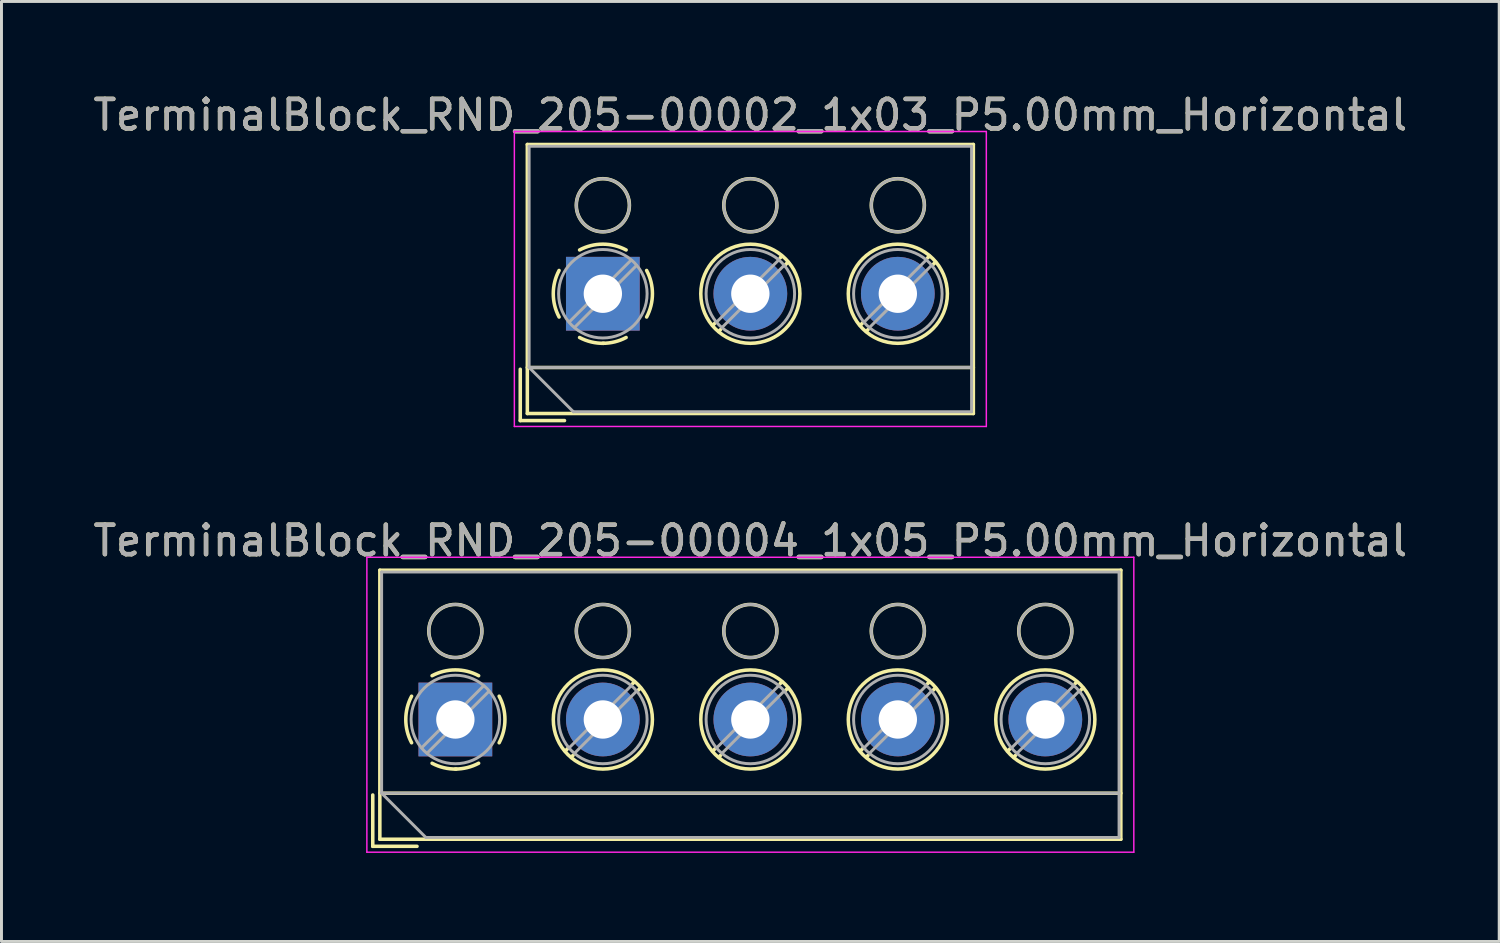
<source format=kicad_pcb>
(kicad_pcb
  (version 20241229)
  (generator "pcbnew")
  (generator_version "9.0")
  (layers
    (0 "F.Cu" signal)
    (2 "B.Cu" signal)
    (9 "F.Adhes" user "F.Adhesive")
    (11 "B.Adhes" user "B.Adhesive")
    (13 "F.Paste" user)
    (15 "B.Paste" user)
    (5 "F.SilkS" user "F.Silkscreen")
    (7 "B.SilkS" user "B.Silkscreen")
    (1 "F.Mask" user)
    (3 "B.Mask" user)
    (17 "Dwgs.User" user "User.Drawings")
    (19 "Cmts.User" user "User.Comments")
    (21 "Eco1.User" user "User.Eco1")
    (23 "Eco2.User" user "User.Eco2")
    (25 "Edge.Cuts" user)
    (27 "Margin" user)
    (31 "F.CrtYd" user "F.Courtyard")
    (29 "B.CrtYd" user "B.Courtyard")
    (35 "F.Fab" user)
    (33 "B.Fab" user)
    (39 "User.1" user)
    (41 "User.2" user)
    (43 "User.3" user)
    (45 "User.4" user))
  (footprint "TerminalBlock_RND_205-00002_1x03_P5.00mm_Horizontal"
    (layer "F.Cu")
    (at 17.387 6.908)
    (property "Reference" "TerminalBlock_RND_205-00002_1x03_P5.00mm_Horizontal" (at 5 -6.06 0) (layer "F.SilkS") (effects (font (size 1 1) (thickness 0.15))))
    (attr through_hole)
    (fp_line (start -2.8 2.56) (end -2.8 4.3) (stroke (width 0.12) (type solid)) (layer "F.SilkS"))
    (fp_line (start -2.8 4.3) (end -1.3 4.3) (stroke (width 0.12) (type solid)) (layer "F.SilkS"))
    (fp_line (start -2.56 -5.06) (end -2.56 4.06) (stroke (width 0.12) (type solid)) (layer "F.SilkS"))
    (fp_line (start -2.56 -5.06) (end 12.56 -5.06) (stroke (width 0.12) (type solid)) (layer "F.SilkS"))
    (fp_line (start -2.56 2.5) (end 12.56 2.5) (stroke (width 0.12) (type solid)) (layer "F.SilkS"))
    (fp_line (start -2.56 4.06) (end 12.56 4.06) (stroke (width 0.12) (type solid)) (layer "F.SilkS"))
    (fp_line (start 3.82 0.976) (end 3.726 1.069) (stroke (width 0.12) (type solid)) (layer "F.SilkS"))
    (fp_line (start 3.99 1.216) (end 3.931 1.274) (stroke (width 0.12) (type solid)) (layer "F.SilkS"))
    (fp_line (start 6.07 -1.275) (end 6.011 -1.216) (stroke (width 0.12) (type solid)) (layer "F.SilkS"))
    (fp_line (start 6.275 -1.069) (end 6.181 -0.976) (stroke (width 0.12) (type solid)) (layer "F.SilkS"))
    (fp_line (start 8.82 0.976) (end 8.726 1.069) (stroke (width 0.12) (type solid)) (layer "F.SilkS"))
    (fp_line (start 8.99 1.216) (end 8.931 1.274) (stroke (width 0.12) (type solid)) (layer "F.SilkS"))
    (fp_line (start 11.07 -1.275) (end 11.011 -1.216) (stroke (width 0.12) (type solid)) (layer "F.SilkS"))
    (fp_line (start 11.275 -1.069) (end 11.181 -0.976) (stroke (width 0.12) (type solid)) (layer "F.SilkS"))
    (fp_line (start 12.56 -5.06) (end 12.56 4.06) (stroke (width 0.12) (type solid)) (layer "F.SilkS"))
    (fp_arc (start -1.483953 0.789089) (mid -1.680708 0.00005) (end -1.484 -0.789) (stroke (width 0.12) (type solid)) (layer "F.SilkS"))
    (fp_arc (start -0.789089 -1.483953) (mid -0.00005 -1.680708) (end 0.789 -1.484) (stroke (width 0.12) (type solid)) (layer "F.SilkS"))
    (fp_arc (start 0.029383 1.68045) (mid -0.392304 1.634281) (end -0.789 1.484) (stroke (width 0.12) (type solid)) (layer "F.SilkS"))
    (fp_arc (start 0.788712 1.483352) (mid 0.406429 1.630097) (end 0 1.68) (stroke (width 0.12) (type solid)) (layer "F.SilkS"))
    (fp_arc (start 1.483953 -0.789089) (mid 1.680708 -0.00005) (end 1.484 0.789) (stroke (width 0.12) (type solid)) (layer "F.SilkS"))
    (fp_circle (center 0 -3) (end 0.9 -3) (stroke (width 0.12) (type solid)) (fill no) (layer "F.SilkS"))
    (fp_circle (center 5 -3) (end 5.9 -3) (stroke (width 0.12) (type solid)) (fill no) (layer "F.SilkS"))
    (fp_circle (center 5 0) (end 6.68 0) (stroke (width 0.12) (type solid)) (fill no) (layer "F.SilkS"))
    (fp_circle (center 10 -3) (end 10.9 -3) (stroke (width 0.12) (type solid)) (fill no) (layer "F.SilkS"))
    (fp_circle (center 10 0) (end 11.68 0) (stroke (width 0.12) (type solid)) (fill no) (layer "F.SilkS"))
    (fp_line (start -3 -5.5) (end -3 4.5) (stroke (width 0.05) (type solid)) (layer "F.CrtYd"))
    (fp_line (start -3 4.5) (end 13 4.5) (stroke (width 0.05) (type solid)) (layer "F.CrtYd"))
    (fp_line (start 13 -5.5) (end -3 -5.5) (stroke (width 0.05) (type solid)) (layer "F.CrtYd"))
    (fp_line (start 13 4.5) (end 13 -5.5) (stroke (width 0.05) (type solid)) (layer "F.CrtYd"))
    (fp_line (start -2.5 -5) (end 12.5 -5) (stroke (width 0.1) (type solid)) (layer "F.Fab"))
    (fp_line (start -2.5 2.5) (end -2.5 -5) (stroke (width 0.1) (type solid)) (layer "F.Fab"))
    (fp_line (start -2.5 2.5) (end 12.5 2.5) (stroke (width 0.1) (type solid)) (layer "F.Fab"))
    (fp_line (start -1 4) (end -2.5 2.5) (stroke (width 0.1) (type solid)) (layer "F.Fab"))
    (fp_line (start 0.955 -1.138) (end -1.138 0.955) (stroke (width 0.1) (type solid)) (layer "F.Fab"))
    (fp_line (start 1.138 -0.955) (end -0.955 1.138) (stroke (width 0.1) (type solid)) (layer "F.Fab"))
    (fp_line (start 5.955 -1.138) (end 3.863 0.955) (stroke (width 0.1) (type solid)) (layer "F.Fab"))
    (fp_line (start 6.138 -0.955) (end 4.046 1.138) (stroke (width 0.1) (type solid)) (layer "F.Fab"))
    (fp_line (start 10.955 -1.138) (end 8.863 0.955) (stroke (width 0.1) (type solid)) (layer "F.Fab"))
    (fp_line (start 11.138 -0.955) (end 9.046 1.138) (stroke (width 0.1) (type solid)) (layer "F.Fab"))
    (fp_line (start 12.5 -5) (end 12.5 4) (stroke (width 0.1) (type solid)) (layer "F.Fab"))
    (fp_line (start 12.5 4) (end -1 4) (stroke (width 0.1) (type solid)) (layer "F.Fab"))
    (fp_circle (center 0 -3) (end 0.9 -3) (stroke (width 0.1) (type solid)) (fill no) (layer "F.Fab"))
    (fp_circle (center 0 0) (end 1.5 0) (stroke (width 0.1) (type solid)) (fill no) (layer "F.Fab"))
    (fp_circle (center 5 -3) (end 5.9 -3) (stroke (width 0.1) (type solid)) (fill no) (layer "F.Fab"))
    (fp_circle (center 5 0) (end 6.5 0) (stroke (width 0.1) (type solid)) (fill no) (layer "F.Fab"))
    (fp_circle (center 10 -3) (end 10.9 -3) (stroke (width 0.1) (type solid)) (fill no) (layer "F.Fab"))
    (fp_circle (center 10 0) (end 11.5 0) (stroke (width 0.1) (type solid)) (fill no) (layer "F.Fab"))
    (fp_text user "${REFERENCE}" (at 5 -6.06 0) (layer "F.Fab") (effects (font (size 1 1) (thickness 0.15))))
    (pad "1" thru_hole rect (at 0 0) (size 2.5 2.5) (drill 1.3) (layers "*.Cu" "*.Mask"))
    (pad "2" thru_hole circle (at 5 0) (size 2.5 2.5) (drill 1.3) (layers "*.Cu" "*.Mask"))
    (pad "3" thru_hole circle (at 10 0) (size 2.5 2.5) (drill 1.3) (layers "*.Cu" "*.Mask")))
  (footprint "TerminalBlock_RND_205-00004_1x05_P5.00mm_Horizontal"
    (layer "F.Cu")
    (at 12.387 21.341)
    (property "Reference" "TerminalBlock_RND_205-00004_1x05_P5.00mm_Horizontal" (at 10 -6.06 0) (layer "F.SilkS") (effects (font (size 1 1) (thickness 0.15))))
    (attr through_hole)
    (fp_line (start -2.8 2.56) (end -2.8 4.3) (stroke (width 0.12) (type solid)) (layer "F.SilkS"))
    (fp_line (start -2.8 4.3) (end -1.3 4.3) (stroke (width 0.12) (type solid)) (layer "F.SilkS"))
    (fp_line (start -2.56 -5.06) (end -2.56 4.06) (stroke (width 0.12) (type solid)) (layer "F.SilkS"))
    (fp_line (start -2.56 -5.06) (end 22.56 -5.06) (stroke (width 0.12) (type solid)) (layer "F.SilkS"))
    (fp_line (start -2.56 2.5) (end 22.56 2.5) (stroke (width 0.12) (type solid)) (layer "F.SilkS"))
    (fp_line (start -2.56 4.06) (end 22.56 4.06) (stroke (width 0.12) (type solid)) (layer "F.SilkS"))
    (fp_line (start 3.82 0.976) (end 3.726 1.069) (stroke (width 0.12) (type solid)) (layer "F.SilkS"))
    (fp_line (start 3.99 1.216) (end 3.931 1.274) (stroke (width 0.12) (type solid)) (layer "F.SilkS"))
    (fp_line (start 6.07 -1.275) (end 6.011 -1.216) (stroke (width 0.12) (type solid)) (layer "F.SilkS"))
    (fp_line (start 6.275 -1.069) (end 6.181 -0.976) (stroke (width 0.12) (type solid)) (layer "F.SilkS"))
    (fp_line (start 8.82 0.976) (end 8.726 1.069) (stroke (width 0.12) (type solid)) (layer "F.SilkS"))
    (fp_line (start 8.99 1.216) (end 8.931 1.274) (stroke (width 0.12) (type solid)) (layer "F.SilkS"))
    (fp_line (start 11.07 -1.275) (end 11.011 -1.216) (stroke (width 0.12) (type solid)) (layer "F.SilkS"))
    (fp_line (start 11.275 -1.069) (end 11.181 -0.976) (stroke (width 0.12) (type solid)) (layer "F.SilkS"))
    (fp_line (start 13.82 0.976) (end 13.726 1.069) (stroke (width 0.12) (type solid)) (layer "F.SilkS"))
    (fp_line (start 13.99 1.216) (end 13.931 1.274) (stroke (width 0.12) (type solid)) (layer "F.SilkS"))
    (fp_line (start 16.07 -1.275) (end 16.011 -1.216) (stroke (width 0.12) (type solid)) (layer "F.SilkS"))
    (fp_line (start 16.275 -1.069) (end 16.181 -0.976) (stroke (width 0.12) (type solid)) (layer "F.SilkS"))
    (fp_line (start 18.82 0.976) (end 18.726 1.069) (stroke (width 0.12) (type solid)) (layer "F.SilkS"))
    (fp_line (start 18.99 1.216) (end 18.931 1.274) (stroke (width 0.12) (type solid)) (layer "F.SilkS"))
    (fp_line (start 21.07 -1.275) (end 21.011 -1.216) (stroke (width 0.12) (type solid)) (layer "F.SilkS"))
    (fp_line (start 21.275 -1.069) (end 21.181 -0.976) (stroke (width 0.12) (type solid)) (layer "F.SilkS"))
    (fp_line (start 22.56 -5.06) (end 22.56 4.06) (stroke (width 0.12) (type solid)) (layer "F.SilkS"))
    (fp_arc (start -1.483953 0.789089) (mid -1.680708 0.00005) (end -1.484 -0.789) (stroke (width 0.12) (type solid)) (layer "F.SilkS"))
    (fp_arc (start -0.789089 -1.483953) (mid -0.00005 -1.680708) (end 0.789 -1.484) (stroke (width 0.12) (type solid)) (layer "F.SilkS"))
    (fp_arc (start 0.029383 1.68045) (mid -0.392304 1.634281) (end -0.789 1.484) (stroke (width 0.12) (type solid)) (layer "F.SilkS"))
    (fp_arc (start 0.788712 1.483352) (mid 0.406429 1.630097) (end 0 1.68) (stroke (width 0.12) (type solid)) (layer "F.SilkS"))
    (fp_arc (start 1.483953 -0.789089) (mid 1.680708 -0.00005) (end 1.484 0.789) (stroke (width 0.12) (type solid)) (layer "F.SilkS"))
    (fp_circle (center 0 -3) (end 0.9 -3) (stroke (width 0.12) (type solid)) (fill no) (layer "F.SilkS"))
    (fp_circle (center 5 -3) (end 5.9 -3) (stroke (width 0.12) (type solid)) (fill no) (layer "F.SilkS"))
    (fp_circle (center 5 0) (end 6.68 0) (stroke (width 0.12) (type solid)) (fill no) (layer "F.SilkS"))
    (fp_circle (center 10 -3) (end 10.9 -3) (stroke (width 0.12) (type solid)) (fill no) (layer "F.SilkS"))
    (fp_circle (center 10 0) (end 11.68 0) (stroke (width 0.12) (type solid)) (fill no) (layer "F.SilkS"))
    (fp_circle (center 15 -3) (end 15.9 -3) (stroke (width 0.12) (type solid)) (fill no) (layer "F.SilkS"))
    (fp_circle (center 15 0) (end 16.68 0) (stroke (width 0.12) (type solid)) (fill no) (layer "F.SilkS"))
    (fp_circle (center 20 -3) (end 20.9 -3) (stroke (width 0.12) (type solid)) (fill no) (layer "F.SilkS"))
    (fp_circle (center 20 0) (end 21.68 0) (stroke (width 0.12) (type solid)) (fill no) (layer "F.SilkS"))
    (fp_line (start -3 -5.5) (end -3 4.5) (stroke (width 0.05) (type solid)) (layer "F.CrtYd"))
    (fp_line (start -3 4.5) (end 23 4.5) (stroke (width 0.05) (type solid)) (layer "F.CrtYd"))
    (fp_line (start 23 -5.5) (end -3 -5.5) (stroke (width 0.05) (type solid)) (layer "F.CrtYd"))
    (fp_line (start 23 4.5) (end 23 -5.5) (stroke (width 0.05) (type solid)) (layer "F.CrtYd"))
    (fp_line (start -2.5 -5) (end 22.5 -5) (stroke (width 0.1) (type solid)) (layer "F.Fab"))
    (fp_line (start -2.5 2.5) (end -2.5 -5) (stroke (width 0.1) (type solid)) (layer "F.Fab"))
    (fp_line (start -2.5 2.5) (end 22.5 2.5) (stroke (width 0.1) (type solid)) (layer "F.Fab"))
    (fp_line (start -1 4) (end -2.5 2.5) (stroke (width 0.1) (type solid)) (layer "F.Fab"))
    (fp_line (start 0.955 -1.138) (end -1.138 0.955) (stroke (width 0.1) (type solid)) (layer "F.Fab"))
    (fp_line (start 1.138 -0.955) (end -0.955 1.138) (stroke (width 0.1) (type solid)) (layer "F.Fab"))
    (fp_line (start 5.955 -1.138) (end 3.863 0.955) (stroke (width 0.1) (type solid)) (layer "F.Fab"))
    (fp_line (start 6.138 -0.955) (end 4.046 1.138) (stroke (width 0.1) (type solid)) (layer "F.Fab"))
    (fp_line (start 10.955 -1.138) (end 8.863 0.955) (stroke (width 0.1) (type solid)) (layer "F.Fab"))
    (fp_line (start 11.138 -0.955) (end 9.046 1.138) (stroke (width 0.1) (type solid)) (layer "F.Fab"))
    (fp_line (start 15.955 -1.138) (end 13.863 0.955) (stroke (width 0.1) (type solid)) (layer "F.Fab"))
    (fp_line (start 16.138 -0.955) (end 14.046 1.138) (stroke (width 0.1) (type solid)) (layer "F.Fab"))
    (fp_line (start 20.955 -1.138) (end 18.863 0.955) (stroke (width 0.1) (type solid)) (layer "F.Fab"))
    (fp_line (start 21.138 -0.955) (end 19.046 1.138) (stroke (width 0.1) (type solid)) (layer "F.Fab"))
    (fp_line (start 22.5 -5) (end 22.5 4) (stroke (width 0.1) (type solid)) (layer "F.Fab"))
    (fp_line (start 22.5 4) (end -1 4) (stroke (width 0.1) (type solid)) (layer "F.Fab"))
    (fp_circle (center 0 -3) (end 0.9 -3) (stroke (width 0.1) (type solid)) (fill no) (layer "F.Fab"))
    (fp_circle (center 0 0) (end 1.5 0) (stroke (width 0.1) (type solid)) (fill no) (layer "F.Fab"))
    (fp_circle (center 5 -3) (end 5.9 -3) (stroke (width 0.1) (type solid)) (fill no) (layer "F.Fab"))
    (fp_circle (center 5 0) (end 6.5 0) (stroke (width 0.1) (type solid)) (fill no) (layer "F.Fab"))
    (fp_circle (center 10 -3) (end 10.9 -3) (stroke (width 0.1) (type solid)) (fill no) (layer "F.Fab"))
    (fp_circle (center 10 0) (end 11.5 0) (stroke (width 0.1) (type solid)) (fill no) (layer "F.Fab"))
    (fp_circle (center 15 -3) (end 15.9 -3) (stroke (width 0.1) (type solid)) (fill no) (layer "F.Fab"))
    (fp_circle (center 15 0) (end 16.5 0) (stroke (width 0.1) (type solid)) (fill no) (layer "F.Fab"))
    (fp_circle (center 20 -3) (end 20.9 -3) (stroke (width 0.1) (type solid)) (fill no) (layer "F.Fab"))
    (fp_circle (center 20 0) (end 21.5 0) (stroke (width 0.1) (type solid)) (fill no) (layer "F.Fab"))
    (fp_text user "${REFERENCE}" (at 10 -6.06 0) (layer "F.Fab") (effects (font (size 1 1) (thickness 0.15))))
    (pad "1" thru_hole rect (at 0 0) (size 2.5 2.5) (drill 1.3) (layers "*.Cu" "*.Mask"))
    (pad "2" thru_hole circle (at 5 0) (size 2.5 2.5) (drill 1.3) (layers "*.Cu" "*.Mask"))
    (pad "3" thru_hole circle (at 10 0) (size 2.5 2.5) (drill 1.3) (layers "*.Cu" "*.Mask"))
    (pad "4" thru_hole circle (at 15 0) (size 2.5 2.5) (drill 1.3) (layers "*.Cu" "*.Mask"))
    (pad "5" thru_hole circle (at 20 0) (size 2.5 2.5) (drill 1.3) (layers "*.Cu" "*.Mask")))
  (gr_rect
    (start -3 -3)
    (end 47.774 28.866)
    (stroke (width 0.1) (type default))
    (fill no)
    (layer "Edge.Cuts")))
</source>
